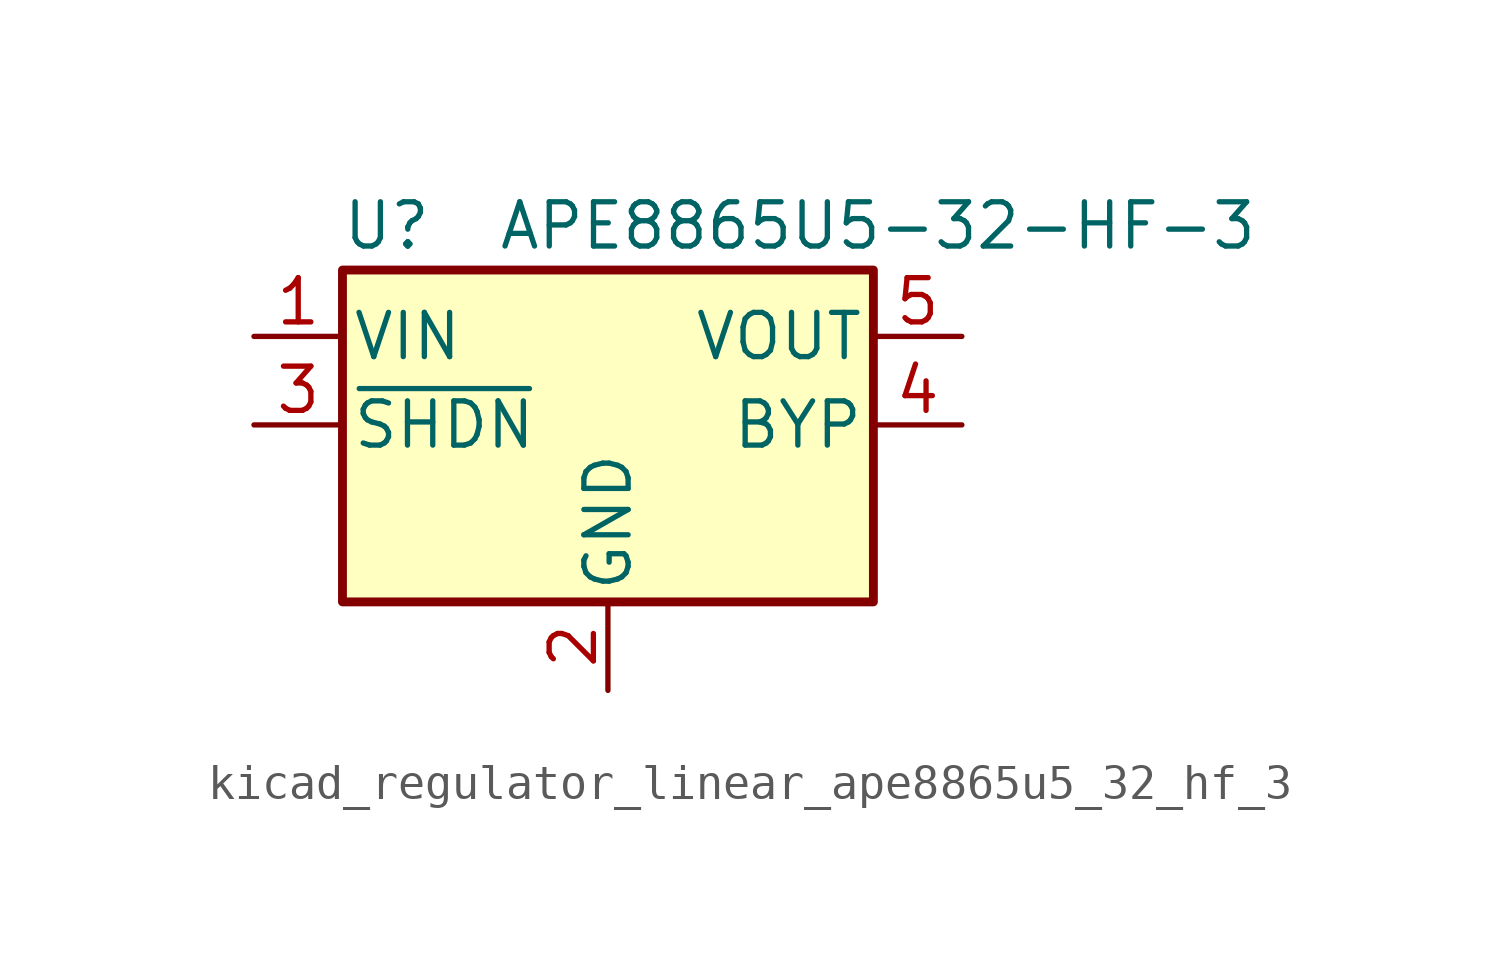
<source format=kicad_sym>
(kicad_symbol_lib
  (version 20220914)
  (generator kicad_symbol_editor)
  (symbol "kicad_regulator_linear_ape8865u5_32_hf_3"
    (pin_names
      (offset 0.254))
    (property "Reference" "U"
      (at -6.35 5.715 0)
      (effects (font (size 1.27 1.27))))
    (property "Value" "APE8865U5-32-HF-3"
      (at -3.175 5.715 0)
      (effects (font (size 1.27 1.27)) (justify left)))
    (symbol "kicad_regulator_linear_ape8865u5_32_hf_3_0_1"
      (rectangle (start -7.62 4.445) (end 7.62 -5.08) (stroke (width 0.254) (type default)) (fill (type background))))
    (symbol "kicad_regulator_linear_ape8865u5_32_hf_3_1_1"
      (pin power_in line (at -10.16 2.54 0) (length 2.54) (name "VIN" (effects (font (size 1.27 1.27)))) (number "1" (effects (font (size 1.27 1.27)))))
      (pin power_in line (at 0 -7.62 90) (length 2.54) (name "GND" (effects (font (size 1.27 1.27)))) (number "2" (effects (font (size 1.27 1.27)))))
      (pin input line (at -10.16 0 0) (length 2.54) (name "~{SHDN}" (effects (font (size 1.27 1.27)))) (number "3" (effects (font (size 1.27 1.27)))))
      (pin input line (at 10.16 0 180) (length 2.54) (name "BYP" (effects (font (size 1.27 1.27)))) (number "4" (effects (font (size 1.27 1.27)))))
      (pin power_out line (at 10.16 2.54 180) (length 2.54) (name "VOUT" (effects (font (size 1.27 1.27)))) (number "5" (effects (font (size 1.27 1.27))))))))
</source>
